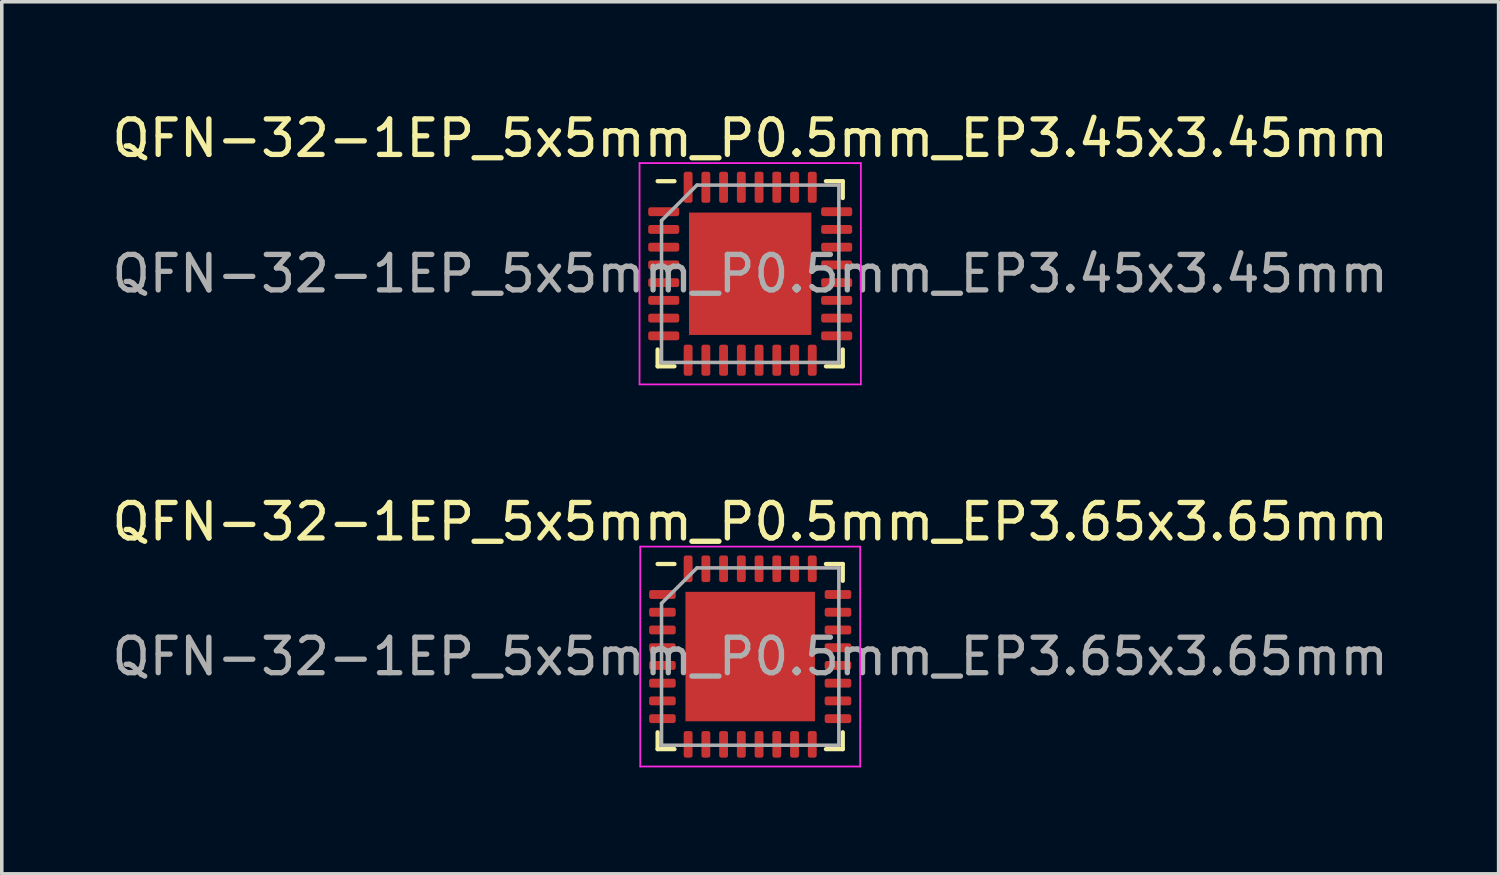
<source format=kicad_pcb>
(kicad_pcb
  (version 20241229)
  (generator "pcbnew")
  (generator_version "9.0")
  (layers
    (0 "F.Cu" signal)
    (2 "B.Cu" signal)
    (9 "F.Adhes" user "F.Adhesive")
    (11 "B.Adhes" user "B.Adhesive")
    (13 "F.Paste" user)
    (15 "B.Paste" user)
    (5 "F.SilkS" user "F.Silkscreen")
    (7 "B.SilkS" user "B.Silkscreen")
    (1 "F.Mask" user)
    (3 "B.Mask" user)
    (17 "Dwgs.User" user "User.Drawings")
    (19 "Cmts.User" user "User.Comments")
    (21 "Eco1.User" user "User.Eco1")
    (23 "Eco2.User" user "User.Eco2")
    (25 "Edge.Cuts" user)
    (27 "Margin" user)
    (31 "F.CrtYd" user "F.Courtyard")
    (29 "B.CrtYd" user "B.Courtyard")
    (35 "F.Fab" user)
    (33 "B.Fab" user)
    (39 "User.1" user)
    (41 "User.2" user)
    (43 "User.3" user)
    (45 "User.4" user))
  (footprint "QFN-32-1EP_5x5mm_P0.5mm_EP3.45x3.45mm"
    (layer "F.Cu")
    (at 18.101 4.668)
    (property "Reference" "QFN-32-1EP_5x5mm_P0.5mm_EP3.45x3.45mm" (at 0 -3.82 0) (layer "F.SilkS") (effects (font (size 1 1) (thickness 0.15))))
    (attr smd)
    (fp_line (start -2.61 2.61) (end -2.61 2.135) (stroke (width 0.12) (type solid)) (layer "F.SilkS"))
    (fp_line (start -2.135 -2.61) (end -2.61 -2.61) (stroke (width 0.12) (type solid)) (layer "F.SilkS"))
    (fp_line (start -2.135 2.61) (end -2.61 2.61) (stroke (width 0.12) (type solid)) (layer "F.SilkS"))
    (fp_line (start 2.135 -2.61) (end 2.61 -2.61) (stroke (width 0.12) (type solid)) (layer "F.SilkS"))
    (fp_line (start 2.135 2.61) (end 2.61 2.61) (stroke (width 0.12) (type solid)) (layer "F.SilkS"))
    (fp_line (start 2.61 -2.61) (end 2.61 -2.135) (stroke (width 0.12) (type solid)) (layer "F.SilkS"))
    (fp_line (start 2.61 2.61) (end 2.61 2.135) (stroke (width 0.12) (type solid)) (layer "F.SilkS"))
    (fp_line (start -3.12 -3.12) (end -3.12 3.12) (stroke (width 0.05) (type solid)) (layer "F.CrtYd"))
    (fp_line (start -3.12 3.12) (end 3.12 3.12) (stroke (width 0.05) (type solid)) (layer "F.CrtYd"))
    (fp_line (start 3.12 -3.12) (end -3.12 -3.12) (stroke (width 0.05) (type solid)) (layer "F.CrtYd"))
    (fp_line (start 3.12 3.12) (end 3.12 -3.12) (stroke (width 0.05) (type solid)) (layer "F.CrtYd"))
    (fp_line (start -2.5 -1.5) (end -1.5 -2.5) (stroke (width 0.1) (type solid)) (layer "F.Fab"))
    (fp_line (start -2.5 2.5) (end -2.5 -1.5) (stroke (width 0.1) (type solid)) (layer "F.Fab"))
    (fp_line (start -1.5 -2.5) (end 2.5 -2.5) (stroke (width 0.1) (type solid)) (layer "F.Fab"))
    (fp_line (start 2.5 -2.5) (end 2.5 2.5) (stroke (width 0.1) (type solid)) (layer "F.Fab"))
    (fp_line (start 2.5 2.5) (end -2.5 2.5) (stroke (width 0.1) (type solid)) (layer "F.Fab"))
    (fp_text user "${REFERENCE}" (at 0 0 0) (layer "F.Fab") (effects (font (size 1 1) (thickness 0.15))))
    (pad "" smd roundrect (at -1.15 -1.15) (size 0.93 0.93) (layers "F.Paste") (roundrect_rratio 0.25))
    (pad "" smd roundrect (at -1.15 0) (size 0.93 0.93) (layers "F.Paste") (roundrect_rratio 0.25))
    (pad "" smd roundrect (at -1.15 1.15) (size 0.93 0.93) (layers "F.Paste") (roundrect_rratio 0.25))
    (pad "" smd roundrect (at 0 -1.15) (size 0.93 0.93) (layers "F.Paste") (roundrect_rratio 0.25))
    (pad "" smd roundrect (at 0 0) (size 0.93 0.93) (layers "F.Paste") (roundrect_rratio 0.25))
    (pad "" smd roundrect (at 0 1.15) (size 0.93 0.93) (layers "F.Paste") (roundrect_rratio 0.25))
    (pad "" smd roundrect (at 1.15 -1.15) (size 0.93 0.93) (layers "F.Paste") (roundrect_rratio 0.25))
    (pad "" smd roundrect (at 1.15 0) (size 0.93 0.93) (layers "F.Paste") (roundrect_rratio 0.25))
    (pad "" smd roundrect (at 1.15 1.15) (size 0.93 0.93) (layers "F.Paste") (roundrect_rratio 0.25))
    (pad "1" smd roundrect (at -2.438 -1.75) (size 0.875 0.25) (layers "F.Cu" "F.Mask" "F.Paste") (roundrect_rratio 0.25))
    (pad "2" smd roundrect (at -2.438 -1.25) (size 0.875 0.25) (layers "F.Cu" "F.Mask" "F.Paste") (roundrect_rratio 0.25))
    (pad "3" smd roundrect (at -2.438 -0.75) (size 0.875 0.25) (layers "F.Cu" "F.Mask" "F.Paste") (roundrect_rratio 0.25))
    (pad "4" smd roundrect (at -2.438 -0.25) (size 0.875 0.25) (layers "F.Cu" "F.Mask" "F.Paste") (roundrect_rratio 0.25))
    (pad "5" smd roundrect (at -2.438 0.25) (size 0.875 0.25) (layers "F.Cu" "F.Mask" "F.Paste") (roundrect_rratio 0.25))
    (pad "6" smd roundrect (at -2.438 0.75) (size 0.875 0.25) (layers "F.Cu" "F.Mask" "F.Paste") (roundrect_rratio 0.25))
    (pad "7" smd roundrect (at -2.438 1.25) (size 0.875 0.25) (layers "F.Cu" "F.Mask" "F.Paste") (roundrect_rratio 0.25))
    (pad "8" smd roundrect (at -2.438 1.75) (size 0.875 0.25) (layers "F.Cu" "F.Mask" "F.Paste") (roundrect_rratio 0.25))
    (pad "9" smd roundrect (at -1.75 2.438) (size 0.25 0.875) (layers "F.Cu" "F.Mask" "F.Paste") (roundrect_rratio 0.25))
    (pad "10" smd roundrect (at -1.25 2.438) (size 0.25 0.875) (layers "F.Cu" "F.Mask" "F.Paste") (roundrect_rratio 0.25))
    (pad "11" smd roundrect (at -0.75 2.438) (size 0.25 0.875) (layers "F.Cu" "F.Mask" "F.Paste") (roundrect_rratio 0.25))
    (pad "12" smd roundrect (at -0.25 2.438) (size 0.25 0.875) (layers "F.Cu" "F.Mask" "F.Paste") (roundrect_rratio 0.25))
    (pad "13" smd roundrect (at 0.25 2.438) (size 0.25 0.875) (layers "F.Cu" "F.Mask" "F.Paste") (roundrect_rratio 0.25))
    (pad "14" smd roundrect (at 0.75 2.438) (size 0.25 0.875) (layers "F.Cu" "F.Mask" "F.Paste") (roundrect_rratio 0.25))
    (pad "15" smd roundrect (at 1.25 2.438) (size 0.25 0.875) (layers "F.Cu" "F.Mask" "F.Paste") (roundrect_rratio 0.25))
    (pad "16" smd roundrect (at 1.75 2.438) (size 0.25 0.875) (layers "F.Cu" "F.Mask" "F.Paste") (roundrect_rratio 0.25))
    (pad "17" smd roundrect (at 2.438 1.75) (size 0.875 0.25) (layers "F.Cu" "F.Mask" "F.Paste") (roundrect_rratio 0.25))
    (pad "18" smd roundrect (at 2.438 1.25) (size 0.875 0.25) (layers "F.Cu" "F.Mask" "F.Paste") (roundrect_rratio 0.25))
    (pad "19" smd roundrect (at 2.438 0.75) (size 0.875 0.25) (layers "F.Cu" "F.Mask" "F.Paste") (roundrect_rratio 0.25))
    (pad "20" smd roundrect (at 2.438 0.25) (size 0.875 0.25) (layers "F.Cu" "F.Mask" "F.Paste") (roundrect_rratio 0.25))
    (pad "21" smd roundrect (at 2.438 -0.25) (size 0.875 0.25) (layers "F.Cu" "F.Mask" "F.Paste") (roundrect_rratio 0.25))
    (pad "22" smd roundrect (at 2.438 -0.75) (size 0.875 0.25) (layers "F.Cu" "F.Mask" "F.Paste") (roundrect_rratio 0.25))
    (pad "23" smd roundrect (at 2.438 -1.25) (size 0.875 0.25) (layers "F.Cu" "F.Mask" "F.Paste") (roundrect_rratio 0.25))
    (pad "24" smd roundrect (at 2.438 -1.75) (size 0.875 0.25) (layers "F.Cu" "F.Mask" "F.Paste") (roundrect_rratio 0.25))
    (pad "25" smd roundrect (at 1.75 -2.438) (size 0.25 0.875) (layers "F.Cu" "F.Mask" "F.Paste") (roundrect_rratio 0.25))
    (pad "26" smd roundrect (at 1.25 -2.438) (size 0.25 0.875) (layers "F.Cu" "F.Mask" "F.Paste") (roundrect_rratio 0.25))
    (pad "27" smd roundrect (at 0.75 -2.438) (size 0.25 0.875) (layers "F.Cu" "F.Mask" "F.Paste") (roundrect_rratio 0.25))
    (pad "28" smd roundrect (at 0.25 -2.438) (size 0.25 0.875) (layers "F.Cu" "F.Mask" "F.Paste") (roundrect_rratio 0.25))
    (pad "29" smd roundrect (at -0.25 -2.438) (size 0.25 0.875) (layers "F.Cu" "F.Mask" "F.Paste") (roundrect_rratio 0.25))
    (pad "30" smd roundrect (at -0.75 -2.438) (size 0.25 0.875) (layers "F.Cu" "F.Mask" "F.Paste") (roundrect_rratio 0.25))
    (pad "31" smd roundrect (at -1.25 -2.438) (size 0.25 0.875) (layers "F.Cu" "F.Mask" "F.Paste") (roundrect_rratio 0.25))
    (pad "32" smd roundrect (at -1.75 -2.438) (size 0.25 0.875) (layers "F.Cu" "F.Mask" "F.Paste") (roundrect_rratio 0.25))
    (pad "33" smd rect (at 0 0) (size 3.45 3.45) (layers "F.Cu" "F.Mask")))
  (footprint "QFN-32-1EP_5x5mm_P0.5mm_EP3.65x3.65mm"
    (layer "F.Cu")
    (at 18.101 15.461)
    (property "Reference" "QFN-32-1EP_5x5mm_P0.5mm_EP3.65x3.65mm" (at 0 -3.8 0) (layer "F.SilkS") (effects (font (size 1 1) (thickness 0.15))))
    (attr smd)
    (fp_line (start -2.61 2.61) (end -2.61 2.135) (stroke (width 0.12) (type solid)) (layer "F.SilkS"))
    (fp_line (start -2.135 -2.61) (end -2.61 -2.61) (stroke (width 0.12) (type solid)) (layer "F.SilkS"))
    (fp_line (start -2.135 2.61) (end -2.61 2.61) (stroke (width 0.12) (type solid)) (layer "F.SilkS"))
    (fp_line (start 2.135 -2.61) (end 2.61 -2.61) (stroke (width 0.12) (type solid)) (layer "F.SilkS"))
    (fp_line (start 2.135 2.61) (end 2.61 2.61) (stroke (width 0.12) (type solid)) (layer "F.SilkS"))
    (fp_line (start 2.61 -2.61) (end 2.61 -2.135) (stroke (width 0.12) (type solid)) (layer "F.SilkS"))
    (fp_line (start 2.61 2.61) (end 2.61 2.135) (stroke (width 0.12) (type solid)) (layer "F.SilkS"))
    (fp_line (start -3.1 -3.1) (end -3.1 3.1) (stroke (width 0.05) (type solid)) (layer "F.CrtYd"))
    (fp_line (start -3.1 3.1) (end 3.1 3.1) (stroke (width 0.05) (type solid)) (layer "F.CrtYd"))
    (fp_line (start 3.1 -3.1) (end -3.1 -3.1) (stroke (width 0.05) (type solid)) (layer "F.CrtYd"))
    (fp_line (start 3.1 3.1) (end 3.1 -3.1) (stroke (width 0.05) (type solid)) (layer "F.CrtYd"))
    (fp_line (start -2.5 -1.5) (end -1.5 -2.5) (stroke (width 0.1) (type solid)) (layer "F.Fab"))
    (fp_line (start -2.5 2.5) (end -2.5 -1.5) (stroke (width 0.1) (type solid)) (layer "F.Fab"))
    (fp_line (start -1.5 -2.5) (end 2.5 -2.5) (stroke (width 0.1) (type solid)) (layer "F.Fab"))
    (fp_line (start 2.5 -2.5) (end 2.5 2.5) (stroke (width 0.1) (type solid)) (layer "F.Fab"))
    (fp_line (start 2.5 2.5) (end -2.5 2.5) (stroke (width 0.1) (type solid)) (layer "F.Fab"))
    (fp_text user "${REFERENCE}" (at 0 0 0) (layer "F.Fab") (effects (font (size 1 1) (thickness 0.15))))
    (pad "" smd roundrect (at -1.22 -1.22) (size 0.98 0.98) (layers "F.Paste") (roundrect_rratio 0.25))
    (pad "" smd roundrect (at -1.22 0) (size 0.98 0.98) (layers "F.Paste") (roundrect_rratio 0.25))
    (pad "" smd roundrect (at -1.22 1.22) (size 0.98 0.98) (layers "F.Paste") (roundrect_rratio 0.25))
    (pad "" smd roundrect (at 0 -1.22) (size 0.98 0.98) (layers "F.Paste") (roundrect_rratio 0.25))
    (pad "" smd roundrect (at 0 0) (size 0.98 0.98) (layers "F.Paste") (roundrect_rratio 0.25))
    (pad "" smd roundrect (at 0 1.22) (size 0.98 0.98) (layers "F.Paste") (roundrect_rratio 0.25))
    (pad "" smd roundrect (at 1.22 -1.22) (size 0.98 0.98) (layers "F.Paste") (roundrect_rratio 0.25))
    (pad "" smd roundrect (at 1.22 0) (size 0.98 0.98) (layers "F.Paste") (roundrect_rratio 0.25))
    (pad "" smd roundrect (at 1.22 1.22) (size 0.98 0.98) (layers "F.Paste") (roundrect_rratio 0.25))
    (pad "1" smd roundrect (at -2.475 -1.75) (size 0.75 0.25) (layers "F.Cu" "F.Mask" "F.Paste") (roundrect_rratio 0.25))
    (pad "2" smd roundrect (at -2.475 -1.25) (size 0.75 0.25) (layers "F.Cu" "F.Mask" "F.Paste") (roundrect_rratio 0.25))
    (pad "3" smd roundrect (at -2.475 -0.75) (size 0.75 0.25) (layers "F.Cu" "F.Mask" "F.Paste") (roundrect_rratio 0.25))
    (pad "4" smd roundrect (at -2.475 -0.25) (size 0.75 0.25) (layers "F.Cu" "F.Mask" "F.Paste") (roundrect_rratio 0.25))
    (pad "5" smd roundrect (at -2.475 0.25) (size 0.75 0.25) (layers "F.Cu" "F.Mask" "F.Paste") (roundrect_rratio 0.25))
    (pad "6" smd roundrect (at -2.475 0.75) (size 0.75 0.25) (layers "F.Cu" "F.Mask" "F.Paste") (roundrect_rratio 0.25))
    (pad "7" smd roundrect (at -2.475 1.25) (size 0.75 0.25) (layers "F.Cu" "F.Mask" "F.Paste") (roundrect_rratio 0.25))
    (pad "8" smd roundrect (at -2.475 1.75) (size 0.75 0.25) (layers "F.Cu" "F.Mask" "F.Paste") (roundrect_rratio 0.25))
    (pad "9" smd roundrect (at -1.75 2.475) (size 0.25 0.75) (layers "F.Cu" "F.Mask" "F.Paste") (roundrect_rratio 0.25))
    (pad "10" smd roundrect (at -1.25 2.475) (size 0.25 0.75) (layers "F.Cu" "F.Mask" "F.Paste") (roundrect_rratio 0.25))
    (pad "11" smd roundrect (at -0.75 2.475) (size 0.25 0.75) (layers "F.Cu" "F.Mask" "F.Paste") (roundrect_rratio 0.25))
    (pad "12" smd roundrect (at -0.25 2.475) (size 0.25 0.75) (layers "F.Cu" "F.Mask" "F.Paste") (roundrect_rratio 0.25))
    (pad "13" smd roundrect (at 0.25 2.475) (size 0.25 0.75) (layers "F.Cu" "F.Mask" "F.Paste") (roundrect_rratio 0.25))
    (pad "14" smd roundrect (at 0.75 2.475) (size 0.25 0.75) (layers "F.Cu" "F.Mask" "F.Paste") (roundrect_rratio 0.25))
    (pad "15" smd roundrect (at 1.25 2.475) (size 0.25 0.75) (layers "F.Cu" "F.Mask" "F.Paste") (roundrect_rratio 0.25))
    (pad "16" smd roundrect (at 1.75 2.475) (size 0.25 0.75) (layers "F.Cu" "F.Mask" "F.Paste") (roundrect_rratio 0.25))
    (pad "17" smd roundrect (at 2.475 1.75) (size 0.75 0.25) (layers "F.Cu" "F.Mask" "F.Paste") (roundrect_rratio 0.25))
    (pad "18" smd roundrect (at 2.475 1.25) (size 0.75 0.25) (layers "F.Cu" "F.Mask" "F.Paste") (roundrect_rratio 0.25))
    (pad "19" smd roundrect (at 2.475 0.75) (size 0.75 0.25) (layers "F.Cu" "F.Mask" "F.Paste") (roundrect_rratio 0.25))
    (pad "20" smd roundrect (at 2.475 0.25) (size 0.75 0.25) (layers "F.Cu" "F.Mask" "F.Paste") (roundrect_rratio 0.25))
    (pad "21" smd roundrect (at 2.475 -0.25) (size 0.75 0.25) (layers "F.Cu" "F.Mask" "F.Paste") (roundrect_rratio 0.25))
    (pad "22" smd roundrect (at 2.475 -0.75) (size 0.75 0.25) (layers "F.Cu" "F.Mask" "F.Paste") (roundrect_rratio 0.25))
    (pad "23" smd roundrect (at 2.475 -1.25) (size 0.75 0.25) (layers "F.Cu" "F.Mask" "F.Paste") (roundrect_rratio 0.25))
    (pad "24" smd roundrect (at 2.475 -1.75) (size 0.75 0.25) (layers "F.Cu" "F.Mask" "F.Paste") (roundrect_rratio 0.25))
    (pad "25" smd roundrect (at 1.75 -2.475) (size 0.25 0.75) (layers "F.Cu" "F.Mask" "F.Paste") (roundrect_rratio 0.25))
    (pad "26" smd roundrect (at 1.25 -2.475) (size 0.25 0.75) (layers "F.Cu" "F.Mask" "F.Paste") (roundrect_rratio 0.25))
    (pad "27" smd roundrect (at 0.75 -2.475) (size 0.25 0.75) (layers "F.Cu" "F.Mask" "F.Paste") (roundrect_rratio 0.25))
    (pad "28" smd roundrect (at 0.25 -2.475) (size 0.25 0.75) (layers "F.Cu" "F.Mask" "F.Paste") (roundrect_rratio 0.25))
    (pad "29" smd roundrect (at -0.25 -2.475) (size 0.25 0.75) (layers "F.Cu" "F.Mask" "F.Paste") (roundrect_rratio 0.25))
    (pad "30" smd roundrect (at -0.75 -2.475) (size 0.25 0.75) (layers "F.Cu" "F.Mask" "F.Paste") (roundrect_rratio 0.25))
    (pad "31" smd roundrect (at -1.25 -2.475) (size 0.25 0.75) (layers "F.Cu" "F.Mask" "F.Paste") (roundrect_rratio 0.25))
    (pad "32" smd roundrect (at -1.75 -2.475) (size 0.25 0.75) (layers "F.Cu" "F.Mask" "F.Paste") (roundrect_rratio 0.25))
    (pad "33" smd rect (at 0 0) (size 3.65 3.65) (layers "F.Cu" "F.Mask")))
  (gr_rect
    (start -3 -3)
    (end 39.202 21.587)
    (stroke (width 0.1) (type default))
    (fill no)
    (layer "Edge.Cuts")))
</source>
